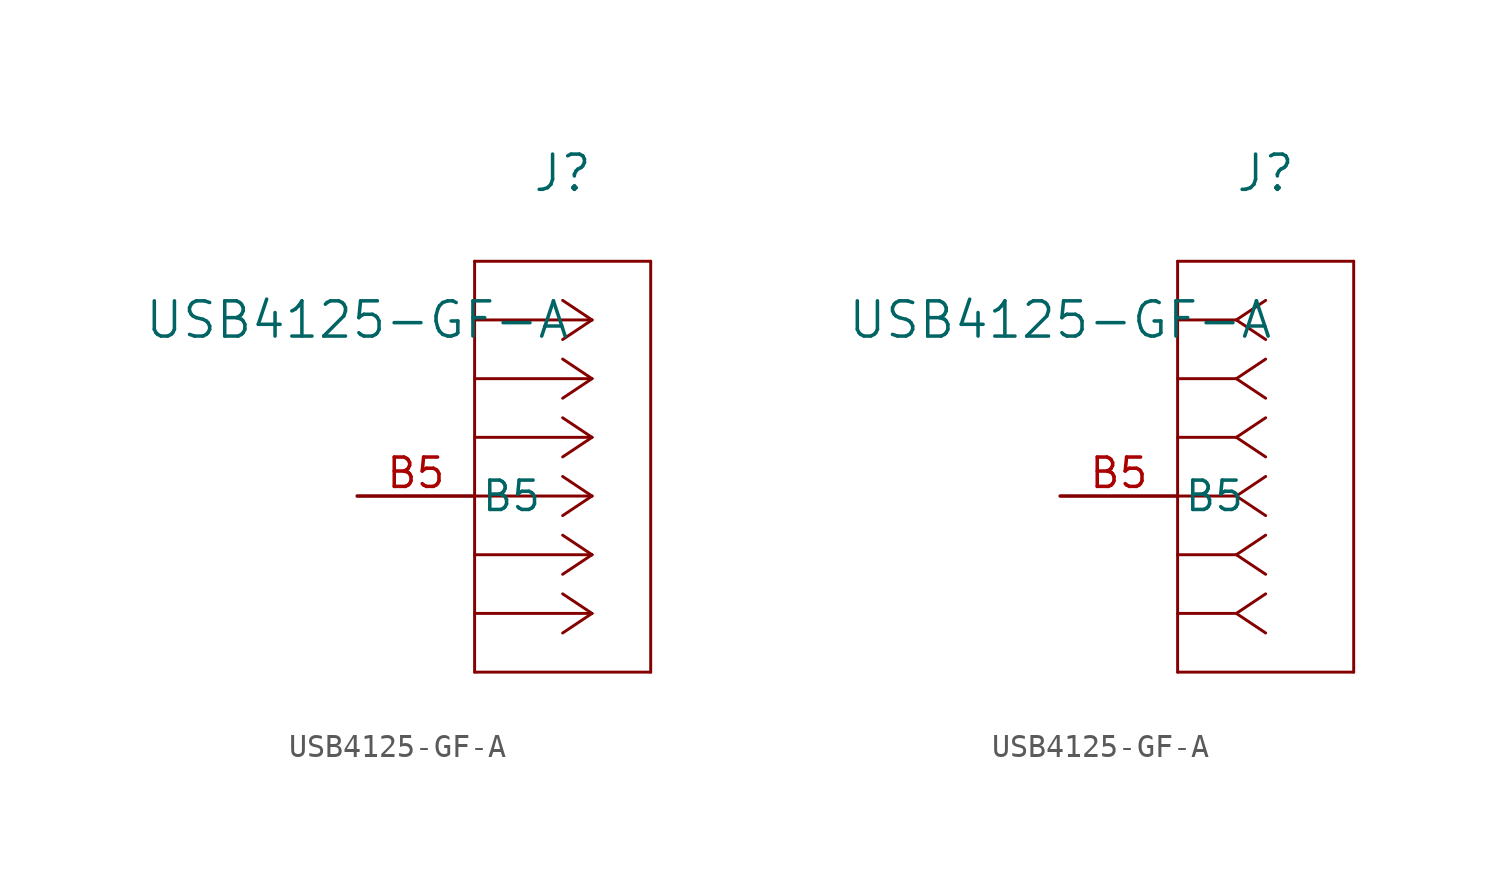
<source format=kicad_sym>
(kicad_symbol_lib
  (version 20241209)
  (generator "kicad_symbol_editor")
  (generator_version "9.0")
  (symbol "USB4125-GF-A"
    (pin_names
      (offset 0.254))
    (property "Reference" "J"
      (at 8.89 6.35 0)
      (effects (font (size 1.524 1.524))))
    (property "Value" "USB4125-GF-A"
      (at 0 0 0)
      (effects (font (size 1.524 1.524))))
    (property "ki_locked" ""
      (at 0 0 0)
      (effects (font (size 1.27 1.27))))
    (symbol "USB4125-GF-A_1_1"
      (polyline (pts (xy 5.08 2.54) (xy 5.08 -15.24)) (stroke (width 0.127) (type default)) (fill (type none)))
      (polyline (pts (xy 5.08 -15.24) (xy 12.7 -15.24)) (stroke (width 0.127) (type default)) (fill (type none)))
      (polyline (pts (xy 10.16 0) (xy 5.08 0)) (stroke (width 0.127) (type default)) (fill (type none)))
      (polyline (pts (xy 10.16 0) (xy 8.89 0.847)) (stroke (width 0.127) (type default)) (fill (type none)))
      (polyline (pts (xy 10.16 0) (xy 8.89 -0.847)) (stroke (width 0.127) (type default)) (fill (type none)))
      (polyline (pts (xy 10.16 -2.54) (xy 5.08 -2.54)) (stroke (width 0.127) (type default)) (fill (type none)))
      (polyline (pts (xy 10.16 -2.54) (xy 8.89 -1.693)) (stroke (width 0.127) (type default)) (fill (type none)))
      (polyline (pts (xy 10.16 -2.54) (xy 8.89 -3.387)) (stroke (width 0.127) (type default)) (fill (type none)))
      (polyline (pts (xy 10.16 -5.08) (xy 5.08 -5.08)) (stroke (width 0.127) (type default)) (fill (type none)))
      (polyline (pts (xy 10.16 -5.08) (xy 8.89 -4.233)) (stroke (width 0.127) (type default)) (fill (type none)))
      (polyline (pts (xy 10.16 -5.08) (xy 8.89 -5.927)) (stroke (width 0.127) (type default)) (fill (type none)))
      (polyline (pts (xy 10.16 -7.62) (xy 5.08 -7.62)) (stroke (width 0.127) (type default)) (fill (type none)))
      (polyline (pts (xy 10.16 -7.62) (xy 8.89 -6.773)) (stroke (width 0.127) (type default)) (fill (type none)))
      (polyline (pts (xy 10.16 -7.62) (xy 8.89 -8.467)) (stroke (width 0.127) (type default)) (fill (type none)))
      (polyline (pts (xy 10.16 -10.16) (xy 5.08 -10.16)) (stroke (width 0.127) (type default)) (fill (type none)))
      (polyline (pts (xy 10.16 -10.16) (xy 8.89 -9.313)) (stroke (width 0.127) (type default)) (fill (type none)))
      (polyline (pts (xy 10.16 -10.16) (xy 8.89 -11.007)) (stroke (width 0.127) (type default)) (fill (type none)))
      (polyline (pts (xy 10.16 -12.7) (xy 5.08 -12.7)) (stroke (width 0.127) (type default)) (fill (type none)))
      (polyline (pts (xy 10.16 -12.7) (xy 8.89 -11.853)) (stroke (width 0.127) (type default)) (fill (type none)))
      (polyline (pts (xy 10.16 -12.7) (xy 8.89 -13.547)) (stroke (width 0.127) (type default)) (fill (type none)))
      (polyline (pts (xy 12.7 2.54) (xy 5.08 2.54)) (stroke (width 0.127) (type default)) (fill (type none)))
      (polyline (pts (xy 12.7 -15.24) (xy 12.7 2.54)) (stroke (width 0.127) (type default)) (fill (type none)))
      (pin bidirectional line (at 0 -7.62 0) (length 5.08) (name "B5" (effects (font (size 1.27 1.27)))) (number "B5" (effects (font (size 1.27 1.27))))))
    (symbol "USB4125-GF-A_1_2"
      (polyline (pts (xy 5.08 2.54) (xy 5.08 -15.24)) (stroke (width 0.127) (type default)) (fill (type none)))
      (polyline (pts (xy 5.08 -15.24) (xy 12.7 -15.24)) (stroke (width 0.127) (type default)) (fill (type none)))
      (polyline (pts (xy 7.62 0) (xy 5.08 0)) (stroke (width 0.127) (type default)) (fill (type none)))
      (polyline (pts (xy 7.62 0) (xy 8.89 0.847)) (stroke (width 0.127) (type default)) (fill (type none)))
      (polyline (pts (xy 7.62 0) (xy 8.89 -0.847)) (stroke (width 0.127) (type default)) (fill (type none)))
      (polyline (pts (xy 7.62 -2.54) (xy 5.08 -2.54)) (stroke (width 0.127) (type default)) (fill (type none)))
      (polyline (pts (xy 7.62 -2.54) (xy 8.89 -1.693)) (stroke (width 0.127) (type default)) (fill (type none)))
      (polyline (pts (xy 7.62 -2.54) (xy 8.89 -3.387)) (stroke (width 0.127) (type default)) (fill (type none)))
      (polyline (pts (xy 7.62 -5.08) (xy 5.08 -5.08)) (stroke (width 0.127) (type default)) (fill (type none)))
      (polyline (pts (xy 7.62 -5.08) (xy 8.89 -4.233)) (stroke (width 0.127) (type default)) (fill (type none)))
      (polyline (pts (xy 7.62 -5.08) (xy 8.89 -5.927)) (stroke (width 0.127) (type default)) (fill (type none)))
      (polyline (pts (xy 7.62 -7.62) (xy 5.08 -7.62)) (stroke (width 0.127) (type default)) (fill (type none)))
      (polyline (pts (xy 7.62 -7.62) (xy 8.89 -6.773)) (stroke (width 0.127) (type default)) (fill (type none)))
      (polyline (pts (xy 7.62 -7.62) (xy 8.89 -8.467)) (stroke (width 0.127) (type default)) (fill (type none)))
      (polyline (pts (xy 7.62 -10.16) (xy 5.08 -10.16)) (stroke (width 0.127) (type default)) (fill (type none)))
      (polyline (pts (xy 7.62 -10.16) (xy 8.89 -9.313)) (stroke (width 0.127) (type default)) (fill (type none)))
      (polyline (pts (xy 7.62 -10.16) (xy 8.89 -11.007)) (stroke (width 0.127) (type default)) (fill (type none)))
      (polyline (pts (xy 7.62 -12.7) (xy 5.08 -12.7)) (stroke (width 0.127) (type default)) (fill (type none)))
      (polyline (pts (xy 7.62 -12.7) (xy 8.89 -11.853)) (stroke (width 0.127) (type default)) (fill (type none)))
      (polyline (pts (xy 7.62 -12.7) (xy 8.89 -13.547)) (stroke (width 0.127) (type default)) (fill (type none)))
      (polyline (pts (xy 12.7 2.54) (xy 5.08 2.54)) (stroke (width 0.127) (type default)) (fill (type none)))
      (polyline (pts (xy 12.7 -15.24) (xy 12.7 2.54)) (stroke (width 0.127) (type default)) (fill (type none)))
      (pin bidirectional line (at 0 -7.62 0) (length 5.08) (name "B5" (effects (font (size 1.27 1.27)))) (number "B5" (effects (font (size 1.27 1.27))))))))
</source>
